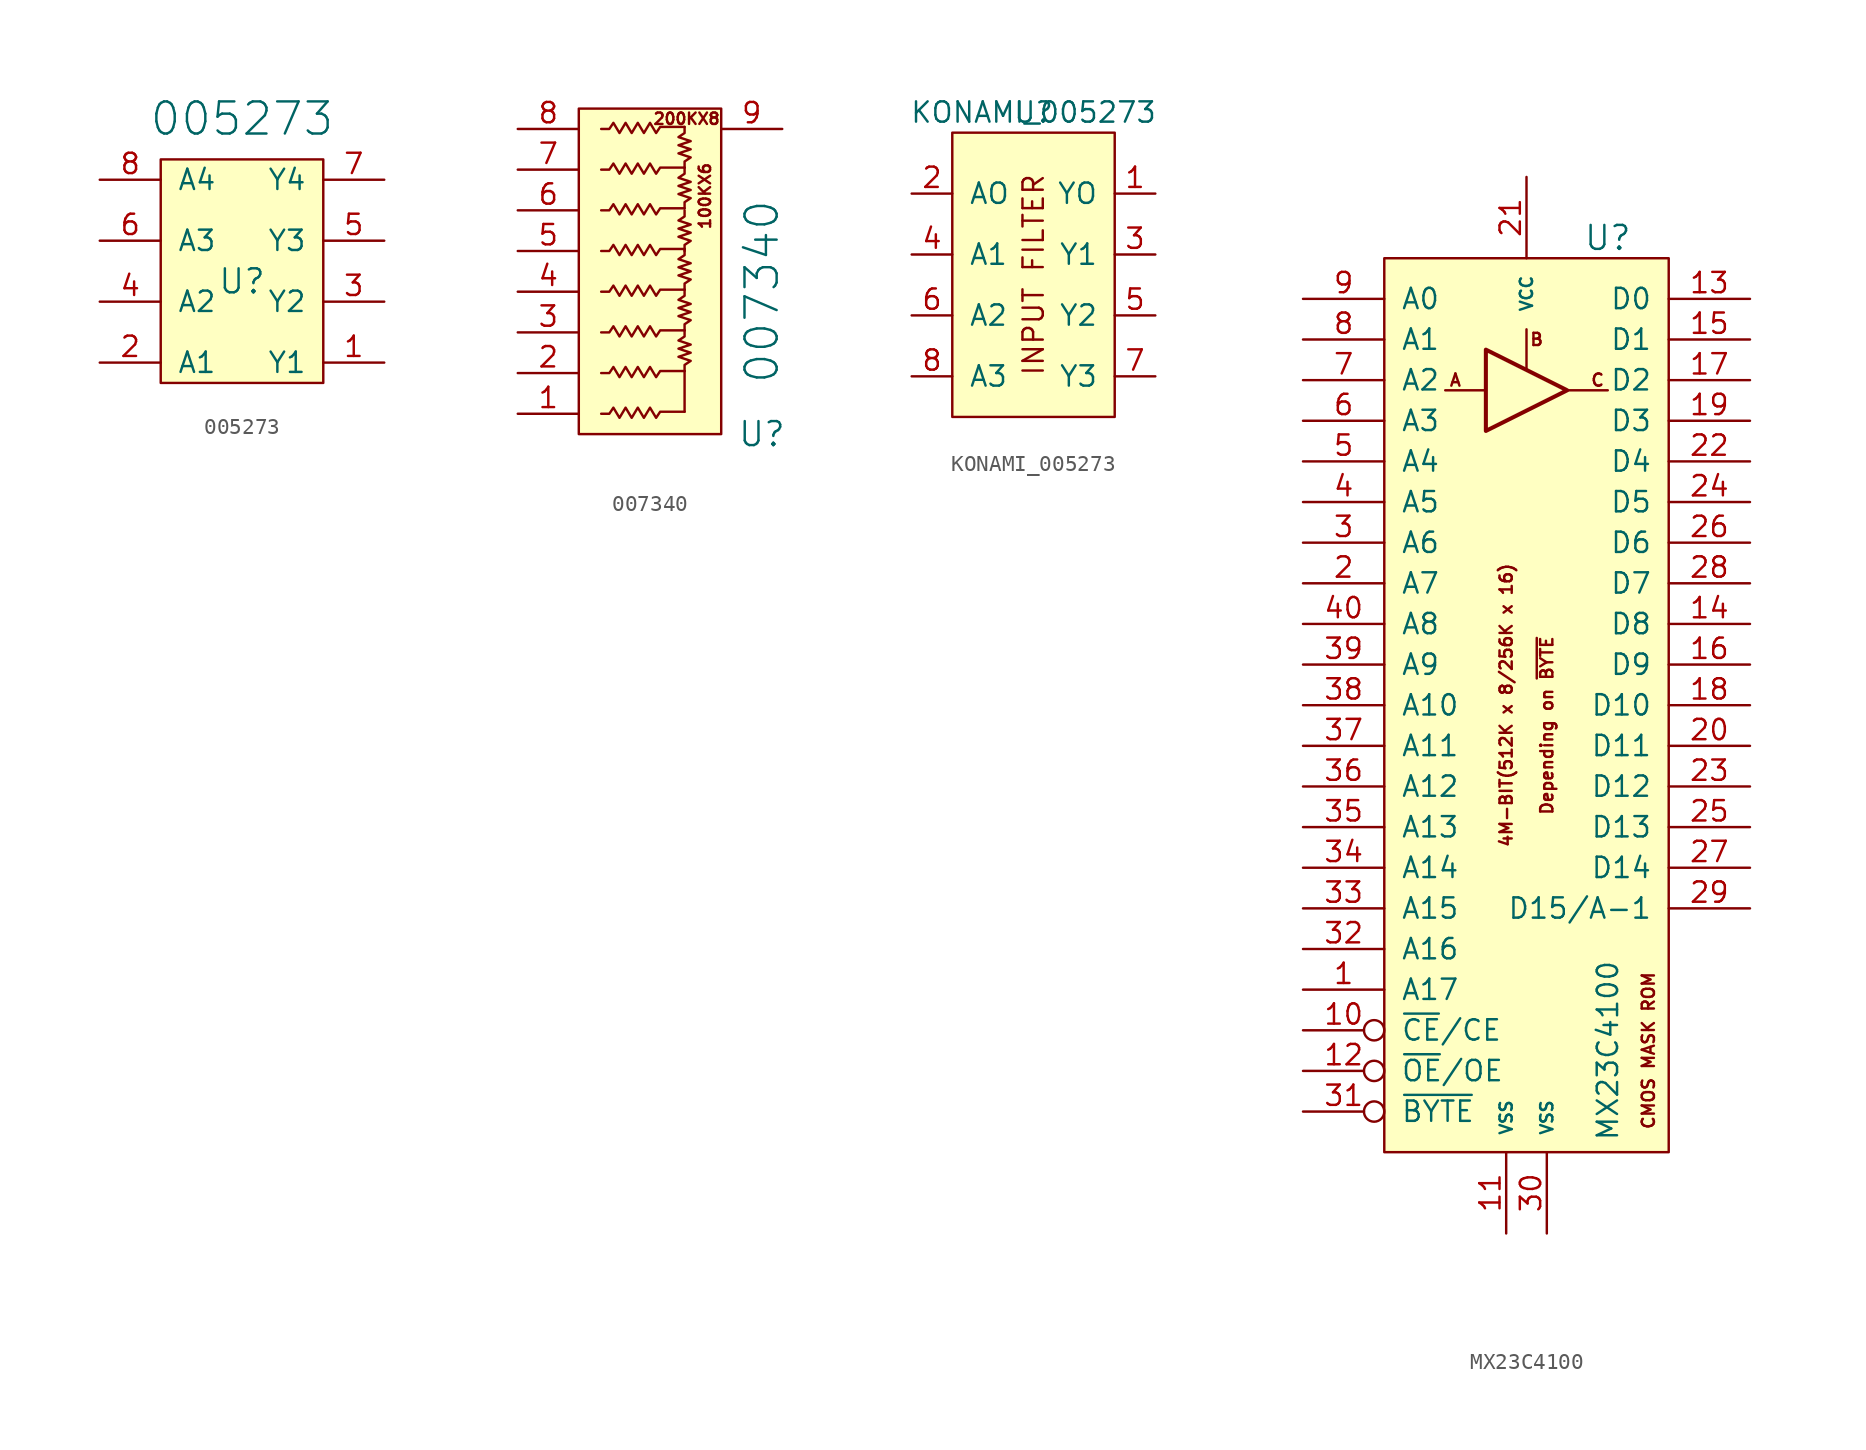
<source format=kicad_sym>
(kicad_symbol_lib
  (version 20211014)
  (generator kicad_symbol_editor)
  (symbol "005273"
    (pin_names
      (offset 1.016))
    (property "Reference" "U"
      (at 5.08 -7.62 0)
      (effects (font (size 1.499 1.499))))
    (property "Value" "005273"
      (at 5.08 2.54 0)
      (effects (font (size 2.007 2.007))))
    (symbol "005273_0_0"
      (rectangle (start 0 0) (end 10.16 -13.97) (stroke (width 0) (type default) (color 0 0 0 0)) (fill (type background)))
      (pin input line (at 13.97 -12.7 180) (length 3.81) (name "Y1" (effects (font (size 1.27 1.27)))) (number "1" (effects (font (size 1.27 1.27)))))
      (pin input line (at -3.81 -12.7 0) (length 3.81) (name "A1" (effects (font (size 1.27 1.27)))) (number "2" (effects (font (size 1.27 1.27)))))
      (pin input line (at 13.97 -8.89 180) (length 3.81) (name "Y2" (effects (font (size 1.27 1.27)))) (number "3" (effects (font (size 1.27 1.27)))))
      (pin input line (at -3.81 -8.89 0) (length 3.81) (name "A2" (effects (font (size 1.27 1.27)))) (number "4" (effects (font (size 1.27 1.27)))))
      (pin input line (at 13.97 -5.08 180) (length 3.81) (name "Y3" (effects (font (size 1.27 1.27)))) (number "5" (effects (font (size 1.27 1.27)))))
      (pin input line (at -3.81 -5.08 0) (length 3.81) (name "A3" (effects (font (size 1.27 1.27)))) (number "6" (effects (font (size 1.27 1.27)))))
      (pin input line (at 13.97 -1.27 180) (length 3.81) (name "Y4" (effects (font (size 1.27 1.27)))) (number "7" (effects (font (size 1.27 1.27)))))
      (pin input line (at -3.81 -1.27 0) (length 3.81) (name "A4" (effects (font (size 1.27 1.27)))) (number "8" (effects (font (size 1.27 1.27)))))))
  (symbol "007340"
    (pin_names
      (offset 1.016))
    (property "Reference" "U"
      (at 11.43 -20.32 0)
      (effects (font (size 1.499 1.499))))
    (property "Value" "007340"
      (at 11.43 -11.43 90)
      (effects (font (size 2.007 2.007))))
    (symbol "007340_0_0"
      (polyline (pts (xy 6.604 -18.923) (xy 6.604 -16.383)) (stroke (width 0) (type default) (color 0 0 0 0)) (fill (type none)))
      (polyline (pts (xy 6.604 -16.383) (xy 6.604 -16.002) (xy 6.985 -15.748) (xy 6.223 -15.494) (xy 6.985 -15.24) (xy 6.223 -14.986) (xy 6.985 -14.732) (xy 6.223 -14.478) (xy 6.604 -14.224) (xy 6.604 -13.843)) (stroke (width 0) (type default) (color 0 0 0 0)) (fill (type none)))
      (polyline (pts (xy 1.397 -1.27) (xy 1.905 -1.27) (xy 2.159 -0.889) (xy 2.54 -1.524) (xy 2.921 -0.889) (xy 3.302 -1.524) (xy 3.683 -0.889) (xy 4.064 -1.524) (xy 4.445 -0.889) (xy 4.826 -1.524) (xy 5.08 -1.143) (xy 6.604 -1.143)) (stroke (width 0) (type default) (color 0 0 0 0)) (fill (type none)))
      (rectangle (start 0 0) (end 8.89 -20.32) (stroke (width 0) (type default) (color 0 0 0 0)) (fill (type background)))
      (text "100KX6" (at 7.874 -5.461 900) (effects (font (size 0.711 0.711))))
      (text "200KX8" (at 6.731 -0.635 0) (effects (font (size 0.711 0.711))))
      (pin input line (at -3.81 -19.05 0) (length 3.81) (name "~" (effects (font (size 1.27 1.27)))) (number "1" (effects (font (size 1.27 1.27)))))
      (pin input line (at -3.81 -16.51 0) (length 3.81) (name "~" (effects (font (size 1.27 1.27)))) (number "2" (effects (font (size 1.27 1.27)))))
      (pin input line (at -3.81 -13.97 0) (length 3.81) (name "~" (effects (font (size 1.27 1.27)))) (number "3" (effects (font (size 1.27 1.27)))))
      (pin input line (at -3.81 -11.43 0) (length 3.81) (name "~" (effects (font (size 1.27 1.27)))) (number "4" (effects (font (size 1.27 1.27)))))
      (pin input line (at -3.81 -8.89 0) (length 3.81) (name "~" (effects (font (size 1.27 1.27)))) (number "5" (effects (font (size 1.27 1.27)))))
      (pin input line (at -3.81 -6.35 0) (length 3.81) (name "~" (effects (font (size 1.27 1.27)))) (number "6" (effects (font (size 1.27 1.27)))))
      (pin input line (at -3.81 -3.81 0) (length 3.81) (name "~" (effects (font (size 1.27 1.27)))) (number "7" (effects (font (size 1.27 1.27)))))
      (pin input line (at -3.81 -1.27 0) (length 3.81) (name "~" (effects (font (size 1.27 1.27)))) (number "8" (effects (font (size 1.27 1.27)))))
      (pin input line (at 12.7 -1.27 180) (length 3.81) (name "~" (effects (font (size 1.27 1.27)))) (number "9" (effects (font (size 1.27 1.27))))))
    (symbol "007340_1_1"
      (polyline (pts (xy 6.604 -13.843) (xy 6.604 -13.462) (xy 6.985 -13.208) (xy 6.223 -12.954) (xy 6.985 -12.7) (xy 6.223 -12.446) (xy 6.985 -12.192) (xy 6.223 -11.938) (xy 6.604 -11.684) (xy 6.604 -11.303)) (stroke (width 0) (type default) (color 0 0 0 0)) (fill (type none)))
      (polyline (pts (xy 6.604 -11.303) (xy 6.604 -10.922) (xy 6.985 -10.668) (xy 6.223 -10.414) (xy 6.985 -10.16) (xy 6.223 -9.906) (xy 6.985 -9.652) (xy 6.223 -9.398) (xy 6.604 -9.144) (xy 6.604 -8.763)) (stroke (width 0) (type default) (color 0 0 0 0)) (fill (type none)))
      (polyline (pts (xy 6.604 -8.89) (xy 6.604 -8.509) (xy 6.985 -8.255) (xy 6.223 -8.001) (xy 6.985 -7.747) (xy 6.223 -7.493) (xy 6.985 -7.239) (xy 6.223 -6.985) (xy 6.604 -6.731) (xy 6.604 -6.35)) (stroke (width 0) (type default) (color 0 0 0 0)) (fill (type none)))
      (polyline (pts (xy 6.604 -6.223) (xy 6.604 -5.842) (xy 6.985 -5.588) (xy 6.223 -5.334) (xy 6.985 -5.08) (xy 6.223 -4.826) (xy 6.985 -4.572) (xy 6.223 -4.318) (xy 6.604 -4.064) (xy 6.604 -3.683)) (stroke (width 0) (type default) (color 0 0 0 0)) (fill (type none)))
      (polyline (pts (xy 6.604 -3.683) (xy 6.604 -3.302) (xy 6.985 -3.048) (xy 6.223 -2.794) (xy 6.985 -2.54) (xy 6.223 -2.286) (xy 6.985 -2.032) (xy 6.223 -1.778) (xy 6.604 -1.524) (xy 6.604 -1.143)) (stroke (width 0) (type default) (color 0 0 0 0)) (fill (type none)))
      (polyline (pts (xy 1.397 -19.05) (xy 1.905 -19.05) (xy 2.159 -18.669) (xy 2.54 -19.304) (xy 2.921 -18.669) (xy 3.302 -19.304) (xy 3.683 -18.669) (xy 4.064 -19.304) (xy 4.445 -18.669) (xy 4.826 -19.304) (xy 5.08 -18.923) (xy 6.604 -18.923)) (stroke (width 0) (type default) (color 0 0 0 0)) (fill (type none)))
      (polyline (pts (xy 1.397 -16.51) (xy 1.905 -16.51) (xy 2.159 -16.129) (xy 2.54 -16.764) (xy 2.921 -16.129) (xy 3.302 -16.764) (xy 3.683 -16.129) (xy 4.064 -16.764) (xy 4.445 -16.129) (xy 4.826 -16.764) (xy 5.08 -16.383) (xy 6.604 -16.383)) (stroke (width 0) (type default) (color 0 0 0 0)) (fill (type none)))
      (polyline (pts (xy 1.397 -13.97) (xy 1.905 -13.97) (xy 2.159 -13.589) (xy 2.54 -14.224) (xy 2.921 -13.589) (xy 3.302 -14.224) (xy 3.683 -13.589) (xy 4.064 -14.224) (xy 4.445 -13.589) (xy 4.826 -14.224) (xy 5.08 -13.843) (xy 6.604 -13.843)) (stroke (width 0) (type default) (color 0 0 0 0)) (fill (type none)))
      (polyline (pts (xy 1.397 -11.43) (xy 1.905 -11.43) (xy 2.159 -11.049) (xy 2.54 -11.684) (xy 2.921 -11.049) (xy 3.302 -11.684) (xy 3.683 -11.049) (xy 4.064 -11.684) (xy 4.445 -11.049) (xy 4.826 -11.684) (xy 5.08 -11.303) (xy 6.604 -11.303)) (stroke (width 0) (type default) (color 0 0 0 0)) (fill (type none)))
      (polyline (pts (xy 1.397 -8.89) (xy 1.905 -8.89) (xy 2.159 -8.509) (xy 2.54 -9.144) (xy 2.921 -8.509) (xy 3.302 -9.144) (xy 3.683 -8.509) (xy 4.064 -9.144) (xy 4.445 -8.509) (xy 4.826 -9.144) (xy 5.08 -8.763) (xy 6.604 -8.763)) (stroke (width 0) (type default) (color 0 0 0 0)) (fill (type none)))
      (polyline (pts (xy 1.397 -6.35) (xy 1.905 -6.35) (xy 2.159 -5.969) (xy 2.54 -6.604) (xy 2.921 -5.969) (xy 3.302 -6.604) (xy 3.683 -5.969) (xy 4.064 -6.604) (xy 4.445 -5.969) (xy 4.826 -6.604) (xy 5.08 -6.223) (xy 6.604 -6.223)) (stroke (width 0) (type default) (color 0 0 0 0)) (fill (type none)))
      (polyline (pts (xy 1.397 -3.81) (xy 1.905 -3.81) (xy 2.159 -3.429) (xy 2.54 -4.064) (xy 2.921 -3.429) (xy 3.302 -4.064) (xy 3.683 -3.429) (xy 4.064 -4.064) (xy 4.445 -3.429) (xy 4.826 -4.064) (xy 5.08 -3.683) (xy 6.604 -3.683)) (stroke (width 0) (type default) (color 0 0 0 0)) (fill (type none)))))
  (symbol "KONAMI_005273"
    (pin_names
      (offset 1.016))
    (property "Reference" "U"
      (at 0 10.16 0)
      (effects (font (size 1.27 1.27))))
    (property "Value" "KONAMI_005273"
      (at 0 10.16 0)
      (effects (font (size 1.27 1.27))))
    (symbol "KONAMI_005273_0_0"
      (text "INPUT FILTER" (at 0 0 900) (effects (font (size 1.27 1.27)))))
    (symbol "KONAMI_005273_0_1"
      (rectangle (start -5.08 8.89) (end 5.08 -8.89) (stroke (width 0) (type default) (color 0 0 0 0)) (fill (type background))))
    (symbol "KONAMI_005273_1_1"
      (pin output line (at 7.62 5.08 180) (length 2.54) (name "YO" (effects (font (size 1.27 1.27)))) (number "1" (effects (font (size 1.27 1.27)))))
      (pin input line (at -7.62 5.08 0) (length 2.54) (name "AO" (effects (font (size 1.27 1.27)))) (number "2" (effects (font (size 1.27 1.27)))))
      (pin output line (at 7.62 1.27 180) (length 2.54) (name "Y1" (effects (font (size 1.27 1.27)))) (number "3" (effects (font (size 1.27 1.27)))))
      (pin input line (at -7.62 1.27 0) (length 2.54) (name "A1" (effects (font (size 1.27 1.27)))) (number "4" (effects (font (size 1.27 1.27)))))
      (pin output line (at 7.62 -2.54 180) (length 2.54) (name "Y2" (effects (font (size 1.27 1.27)))) (number "5" (effects (font (size 1.27 1.27)))))
      (pin input line (at -7.62 -2.54 0) (length 2.54) (name "A2" (effects (font (size 1.27 1.27)))) (number "6" (effects (font (size 1.27 1.27)))))
      (pin output line (at 7.62 -6.35 180) (length 2.54) (name "Y3" (effects (font (size 1.27 1.27)))) (number "7" (effects (font (size 1.27 1.27)))))
      (pin input line (at -7.62 -6.35 0) (length 2.54) (name "A3" (effects (font (size 1.27 1.27)))) (number "8" (effects (font (size 1.27 1.27)))))))
  (symbol "MX23C4100"
    (pin_names
      (offset 1.016))
    (property "Reference" "U"
      (at 5.08 30.48 0)
      (effects (font (size 1.499 1.499))))
    (property "Value" "MX23C4100"
      (at 5.08 -20.32 90)
      (effects (font (size 1.27 1.27))))
    (symbol "MX23C4100_0_0"
      (rectangle (start -8.89 29.21) (end 8.89 -26.67) (stroke (width 0) (type default) (color 0 0 0 0)) (fill (type background)))
      (polyline (pts (xy -5.08 20.955) (xy -2.54 20.955)) (stroke (width 0.152) (type default) (color 0 0 0 0)) (fill (type none)))
      (polyline (pts (xy 0 22.225) (xy 0 24.765)) (stroke (width 0.152) (type default) (color 0 0 0 0)) (fill (type none)))
      (polyline (pts (xy 2.54 20.955) (xy 5.08 20.955)) (stroke (width 0.152) (type default) (color 0 0 0 0)) (fill (type none)))
      (text "4M-BIT(512K x 8/256K x 16)" (at -1.27 1.27 900) (effects (font (size 0.762 0.762))))
      (text "A" (at -4.445 21.59 0) (effects (font (size 0.762 0.762))))
      (text "B" (at 0.635 24.13 0) (effects (font (size 0.762 0.762))))
      (text "C" (at 4.445 21.59 0) (effects (font (size 0.762 0.762))))
      (text "CMOS MASK ROM" (at 7.62 -20.32 900) (effects (font (size 0.762 0.762))))
      (text "Depending on ~{BYTE}" (at 1.27 0 900) (effects (font (size 0.762 0.762)))))
    (symbol "MX23C4100_0_1"
      (polyline (pts (xy 2.54 20.955) (xy -2.54 23.495) (xy -2.54 18.415) (xy 2.54 20.955)) (stroke (width 0.254) (type default) (color 0 0 0 0)) (fill (type background))))
    (symbol "MX23C4100_1_1"
      (pin input line (at -13.97 -16.51 0) (length 5.08) (name "A17" (effects (font (size 1.27 1.27)))) (number "1" (effects (font (size 1.27 1.27)))))
      (pin input inverted (at -13.97 -19.05 0) (length 5.08) (name "~{CE}/CE" (effects (font (size 1.27 1.27)))) (number "10" (effects (font (size 1.27 1.27)))))
      (pin power_in line (at -1.27 -31.75 90) (length 5.08) (name "VSS" (effects (font (size 0.762 0.762)))) (number "11" (effects (font (size 1.27 1.27)))))
      (pin input inverted (at -13.97 -21.59 0) (length 5.08) (name "~{OE}/OE" (effects (font (size 1.27 1.27)))) (number "12" (effects (font (size 1.27 1.27)))))
      (pin tri_state line (at 13.97 26.67 180) (length 5.08) (name "D0" (effects (font (size 1.27 1.27)))) (number "13" (effects (font (size 1.27 1.27)))))
      (pin tri_state line (at 13.97 6.35 180) (length 5.08) (name "D8" (effects (font (size 1.27 1.27)))) (number "14" (effects (font (size 1.27 1.27)))))
      (pin tri_state line (at 13.97 24.13 180) (length 5.08) (name "D1" (effects (font (size 1.27 1.27)))) (number "15" (effects (font (size 1.27 1.27)))))
      (pin tri_state line (at 13.97 3.81 180) (length 5.08) (name "D9" (effects (font (size 1.27 1.27)))) (number "16" (effects (font (size 1.27 1.27)))))
      (pin tri_state line (at 13.97 21.59 180) (length 5.08) (name "D2" (effects (font (size 1.27 1.27)))) (number "17" (effects (font (size 1.27 1.27)))))
      (pin tri_state line (at 13.97 1.27 180) (length 5.08) (name "D10" (effects (font (size 1.27 1.27)))) (number "18" (effects (font (size 1.27 1.27)))))
      (pin tri_state line (at 13.97 19.05 180) (length 5.08) (name "D3" (effects (font (size 1.27 1.27)))) (number "19" (effects (font (size 1.27 1.27)))))
      (pin input line (at -13.97 8.89 0) (length 5.08) (name "A7" (effects (font (size 1.27 1.27)))) (number "2" (effects (font (size 1.27 1.27)))))
      (pin tri_state line (at 13.97 -1.27 180) (length 5.08) (name "D11" (effects (font (size 1.27 1.27)))) (number "20" (effects (font (size 1.27 1.27)))))
      (pin power_in line (at 0 34.29 270) (length 5.08) (name "VCC" (effects (font (size 0.762 0.762)))) (number "21" (effects (font (size 1.27 1.27)))))
      (pin tri_state line (at 13.97 16.51 180) (length 5.08) (name "D4" (effects (font (size 1.27 1.27)))) (number "22" (effects (font (size 1.27 1.27)))))
      (pin tri_state line (at 13.97 -3.81 180) (length 5.08) (name "D12" (effects (font (size 1.27 1.27)))) (number "23" (effects (font (size 1.27 1.27)))))
      (pin tri_state line (at 13.97 13.97 180) (length 5.08) (name "D5" (effects (font (size 1.27 1.27)))) (number "24" (effects (font (size 1.27 1.27)))))
      (pin tri_state line (at 13.97 -6.35 180) (length 5.08) (name "D13" (effects (font (size 1.27 1.27)))) (number "25" (effects (font (size 1.27 1.27)))))
      (pin tri_state line (at 13.97 11.43 180) (length 5.08) (name "D6" (effects (font (size 1.27 1.27)))) (number "26" (effects (font (size 1.27 1.27)))))
      (pin tri_state line (at 13.97 -8.89 180) (length 5.08) (name "D14" (effects (font (size 1.27 1.27)))) (number "27" (effects (font (size 1.27 1.27)))))
      (pin tri_state line (at 13.97 8.89 180) (length 5.08) (name "D7" (effects (font (size 1.27 1.27)))) (number "28" (effects (font (size 1.27 1.27)))))
      (pin tri_state line (at 13.97 -11.43 180) (length 5.08) (name "D15/A-1" (effects (font (size 1.27 1.27)))) (number "29" (effects (font (size 1.27 1.27)))))
      (pin input line (at -13.97 11.43 0) (length 5.08) (name "A6" (effects (font (size 1.27 1.27)))) (number "3" (effects (font (size 1.27 1.27)))))
      (pin power_in line (at 1.27 -31.75 90) (length 5.08) (name "VSS" (effects (font (size 0.762 0.762)))) (number "30" (effects (font (size 1.27 1.27)))))
      (pin input inverted (at -13.97 -24.13 0) (length 5.08) (name "~{BYTE}" (effects (font (size 1.27 1.27)))) (number "31" (effects (font (size 1.27 1.27)))))
      (pin input line (at -13.97 -13.97 0) (length 5.08) (name "A16" (effects (font (size 1.27 1.27)))) (number "32" (effects (font (size 1.27 1.27)))))
      (pin input line (at -13.97 -11.43 0) (length 5.08) (name "A15" (effects (font (size 1.27 1.27)))) (number "33" (effects (font (size 1.27 1.27)))))
      (pin input line (at -13.97 -8.89 0) (length 5.08) (name "A14" (effects (font (size 1.27 1.27)))) (number "34" (effects (font (size 1.27 1.27)))))
      (pin input line (at -13.97 -6.35 0) (length 5.08) (name "A13" (effects (font (size 1.27 1.27)))) (number "35" (effects (font (size 1.27 1.27)))))
      (pin input line (at -13.97 -3.81 0) (length 5.08) (name "A12" (effects (font (size 1.27 1.27)))) (number "36" (effects (font (size 1.27 1.27)))))
      (pin input line (at -13.97 -1.27 0) (length 5.08) (name "A11" (effects (font (size 1.27 1.27)))) (number "37" (effects (font (size 1.27 1.27)))))
      (pin input line (at -13.97 1.27 0) (length 5.08) (name "A10" (effects (font (size 1.27 1.27)))) (number "38" (effects (font (size 1.27 1.27)))))
      (pin input line (at -13.97 3.81 0) (length 5.08) (name "A9" (effects (font (size 1.27 1.27)))) (number "39" (effects (font (size 1.27 1.27)))))
      (pin input line (at -13.97 13.97 0) (length 5.08) (name "A5" (effects (font (size 1.27 1.27)))) (number "4" (effects (font (size 1.27 1.27)))))
      (pin input line (at -13.97 6.35 0) (length 5.08) (name "A8" (effects (font (size 1.27 1.27)))) (number "40" (effects (font (size 1.27 1.27)))))
      (pin input line (at -13.97 16.51 0) (length 5.08) (name "A4" (effects (font (size 1.27 1.27)))) (number "5" (effects (font (size 1.27 1.27)))))
      (pin input line (at -13.97 19.05 0) (length 5.08) (name "A3" (effects (font (size 1.27 1.27)))) (number "6" (effects (font (size 1.27 1.27)))))
      (pin input line (at -13.97 21.59 0) (length 5.08) (name "A2" (effects (font (size 1.27 1.27)))) (number "7" (effects (font (size 1.27 1.27)))))
      (pin input line (at -13.97 24.13 0) (length 5.08) (name "A1" (effects (font (size 1.27 1.27)))) (number "8" (effects (font (size 1.27 1.27)))))
      (pin input line (at -13.97 26.67 0) (length 5.08) (name "A0" (effects (font (size 1.27 1.27)))) (number "9" (effects (font (size 1.27 1.27))))))))
</source>
